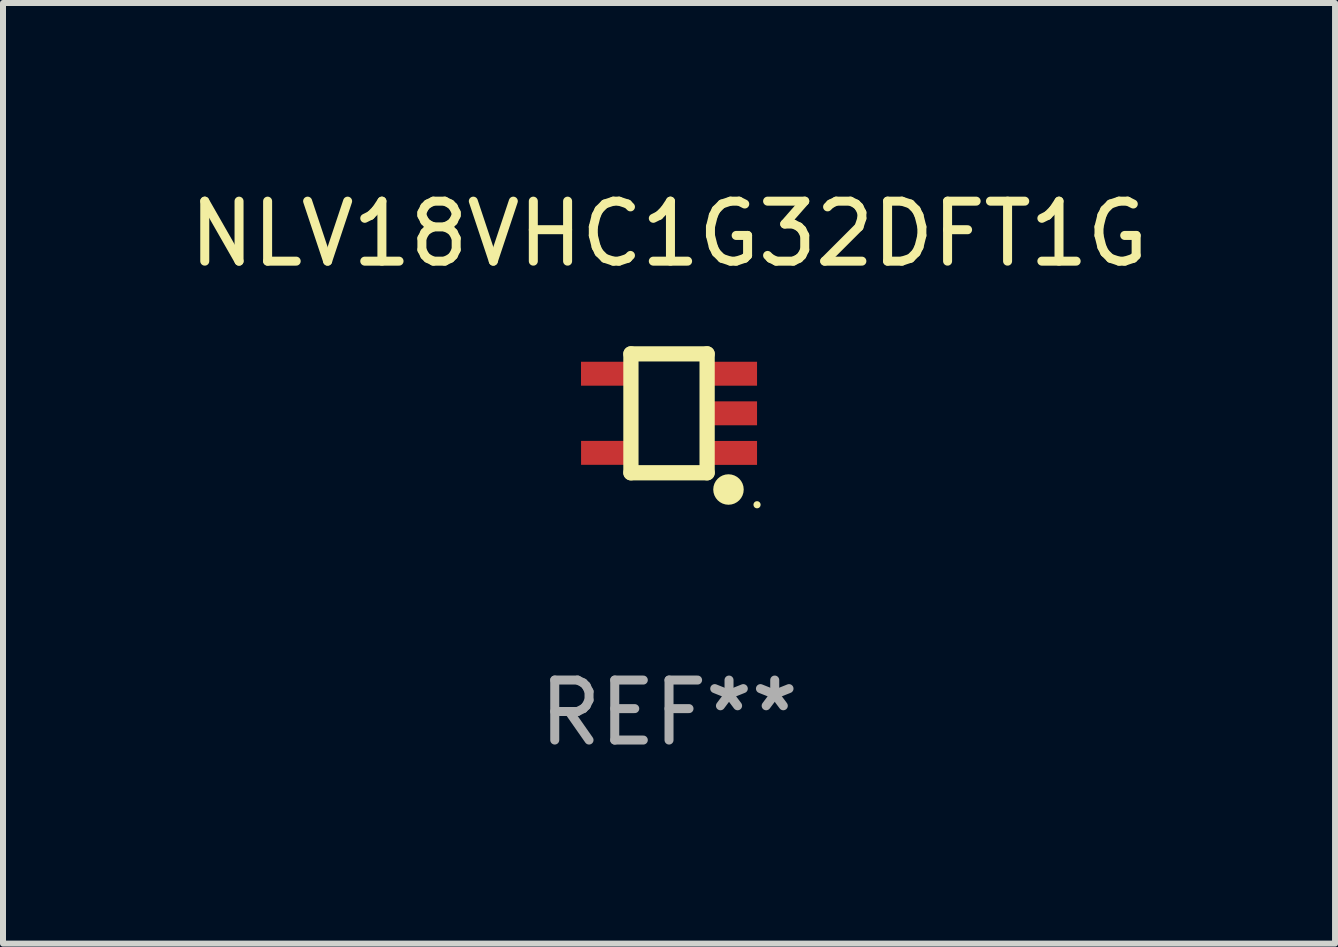
<source format=kicad_pcb>
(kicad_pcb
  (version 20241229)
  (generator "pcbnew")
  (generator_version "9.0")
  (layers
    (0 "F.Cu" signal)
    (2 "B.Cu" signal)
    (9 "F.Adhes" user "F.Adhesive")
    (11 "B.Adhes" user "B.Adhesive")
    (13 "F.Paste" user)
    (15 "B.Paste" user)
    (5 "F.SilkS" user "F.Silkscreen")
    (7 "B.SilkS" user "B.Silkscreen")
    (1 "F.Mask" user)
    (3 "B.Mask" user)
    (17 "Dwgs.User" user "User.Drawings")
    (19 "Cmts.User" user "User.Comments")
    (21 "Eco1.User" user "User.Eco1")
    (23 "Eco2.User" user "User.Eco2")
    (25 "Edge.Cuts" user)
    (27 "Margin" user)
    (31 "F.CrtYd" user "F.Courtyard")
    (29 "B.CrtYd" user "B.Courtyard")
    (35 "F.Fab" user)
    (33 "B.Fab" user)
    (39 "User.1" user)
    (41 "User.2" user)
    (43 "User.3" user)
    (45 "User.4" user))
  (footprint "NLV18VHC1G32DFT1G"
    (layer "F.Cu")
    (at 8.101 3.839)
    (property "Reference" "NLV18VHC1G32DFT1G" (at 0 -2.991 0) (layer "F.SilkS") (effects (font (size 1 1) (thickness 0.15))))
    (attr through_hole)
    (fp_line (start -0.635 -0.991) (end 0.635 -0.991) (stroke (width 0.254) (type solid)) (layer "F.SilkS"))
    (fp_line (start -0.635 0.991) (end -0.635 -0.991) (stroke (width 0.254) (type solid)) (layer "F.SilkS"))
    (fp_line (start 0.635 -0.991) (end 0.635 0.991) (stroke (width 0.254) (type solid)) (layer "F.SilkS"))
    (fp_line (start 0.635 0.991) (end -0.635 0.991) (stroke (width 0.254) (type solid)) (layer "F.SilkS"))
    (fp_circle (center 0.991 1.27) (end 1.118 1.27) (stroke (width 0.254) (type solid)) (fill no) (layer "F.SilkS"))
    (fp_circle (center 1.467 1.524) (end 1.497 1.524) (stroke (width 0.06) (type solid)) (fill no) (layer "F.SilkS"))
    (fp_text user "REF**" (at 0 4.991 0) (layer "F.Fab") (effects (font (size 1 1) (thickness 0.15))))
    (pad "1" smd rect (at 1.067 0.66 180) (size 0.8 0.399) (layers "F.Cu" "F.Mask" "F.Paste"))
    (pad "2" smd rect (at 1.067 0 180) (size 0.8 0.399) (layers "F.Cu" "F.Mask" "F.Paste"))
    (pad "3" smd rect (at 1.067 -0.66 180) (size 0.8 0.399) (layers "F.Cu" "F.Mask" "F.Paste"))
    (pad "4" smd rect (at -1.067 -0.66 180) (size 0.8 0.399) (layers "F.Cu" "F.Mask" "F.Paste"))
    (pad "5" smd rect (at -1.066 0.659 180) (size 0.8 0.399) (layers "F.Cu" "F.Mask" "F.Paste")))
  (gr_rect
    (start -3 -3)
    (end 19.202 12.678)
    (stroke (width 0.1) (type default))
    (fill no)
    (layer "Edge.Cuts")))
</source>
